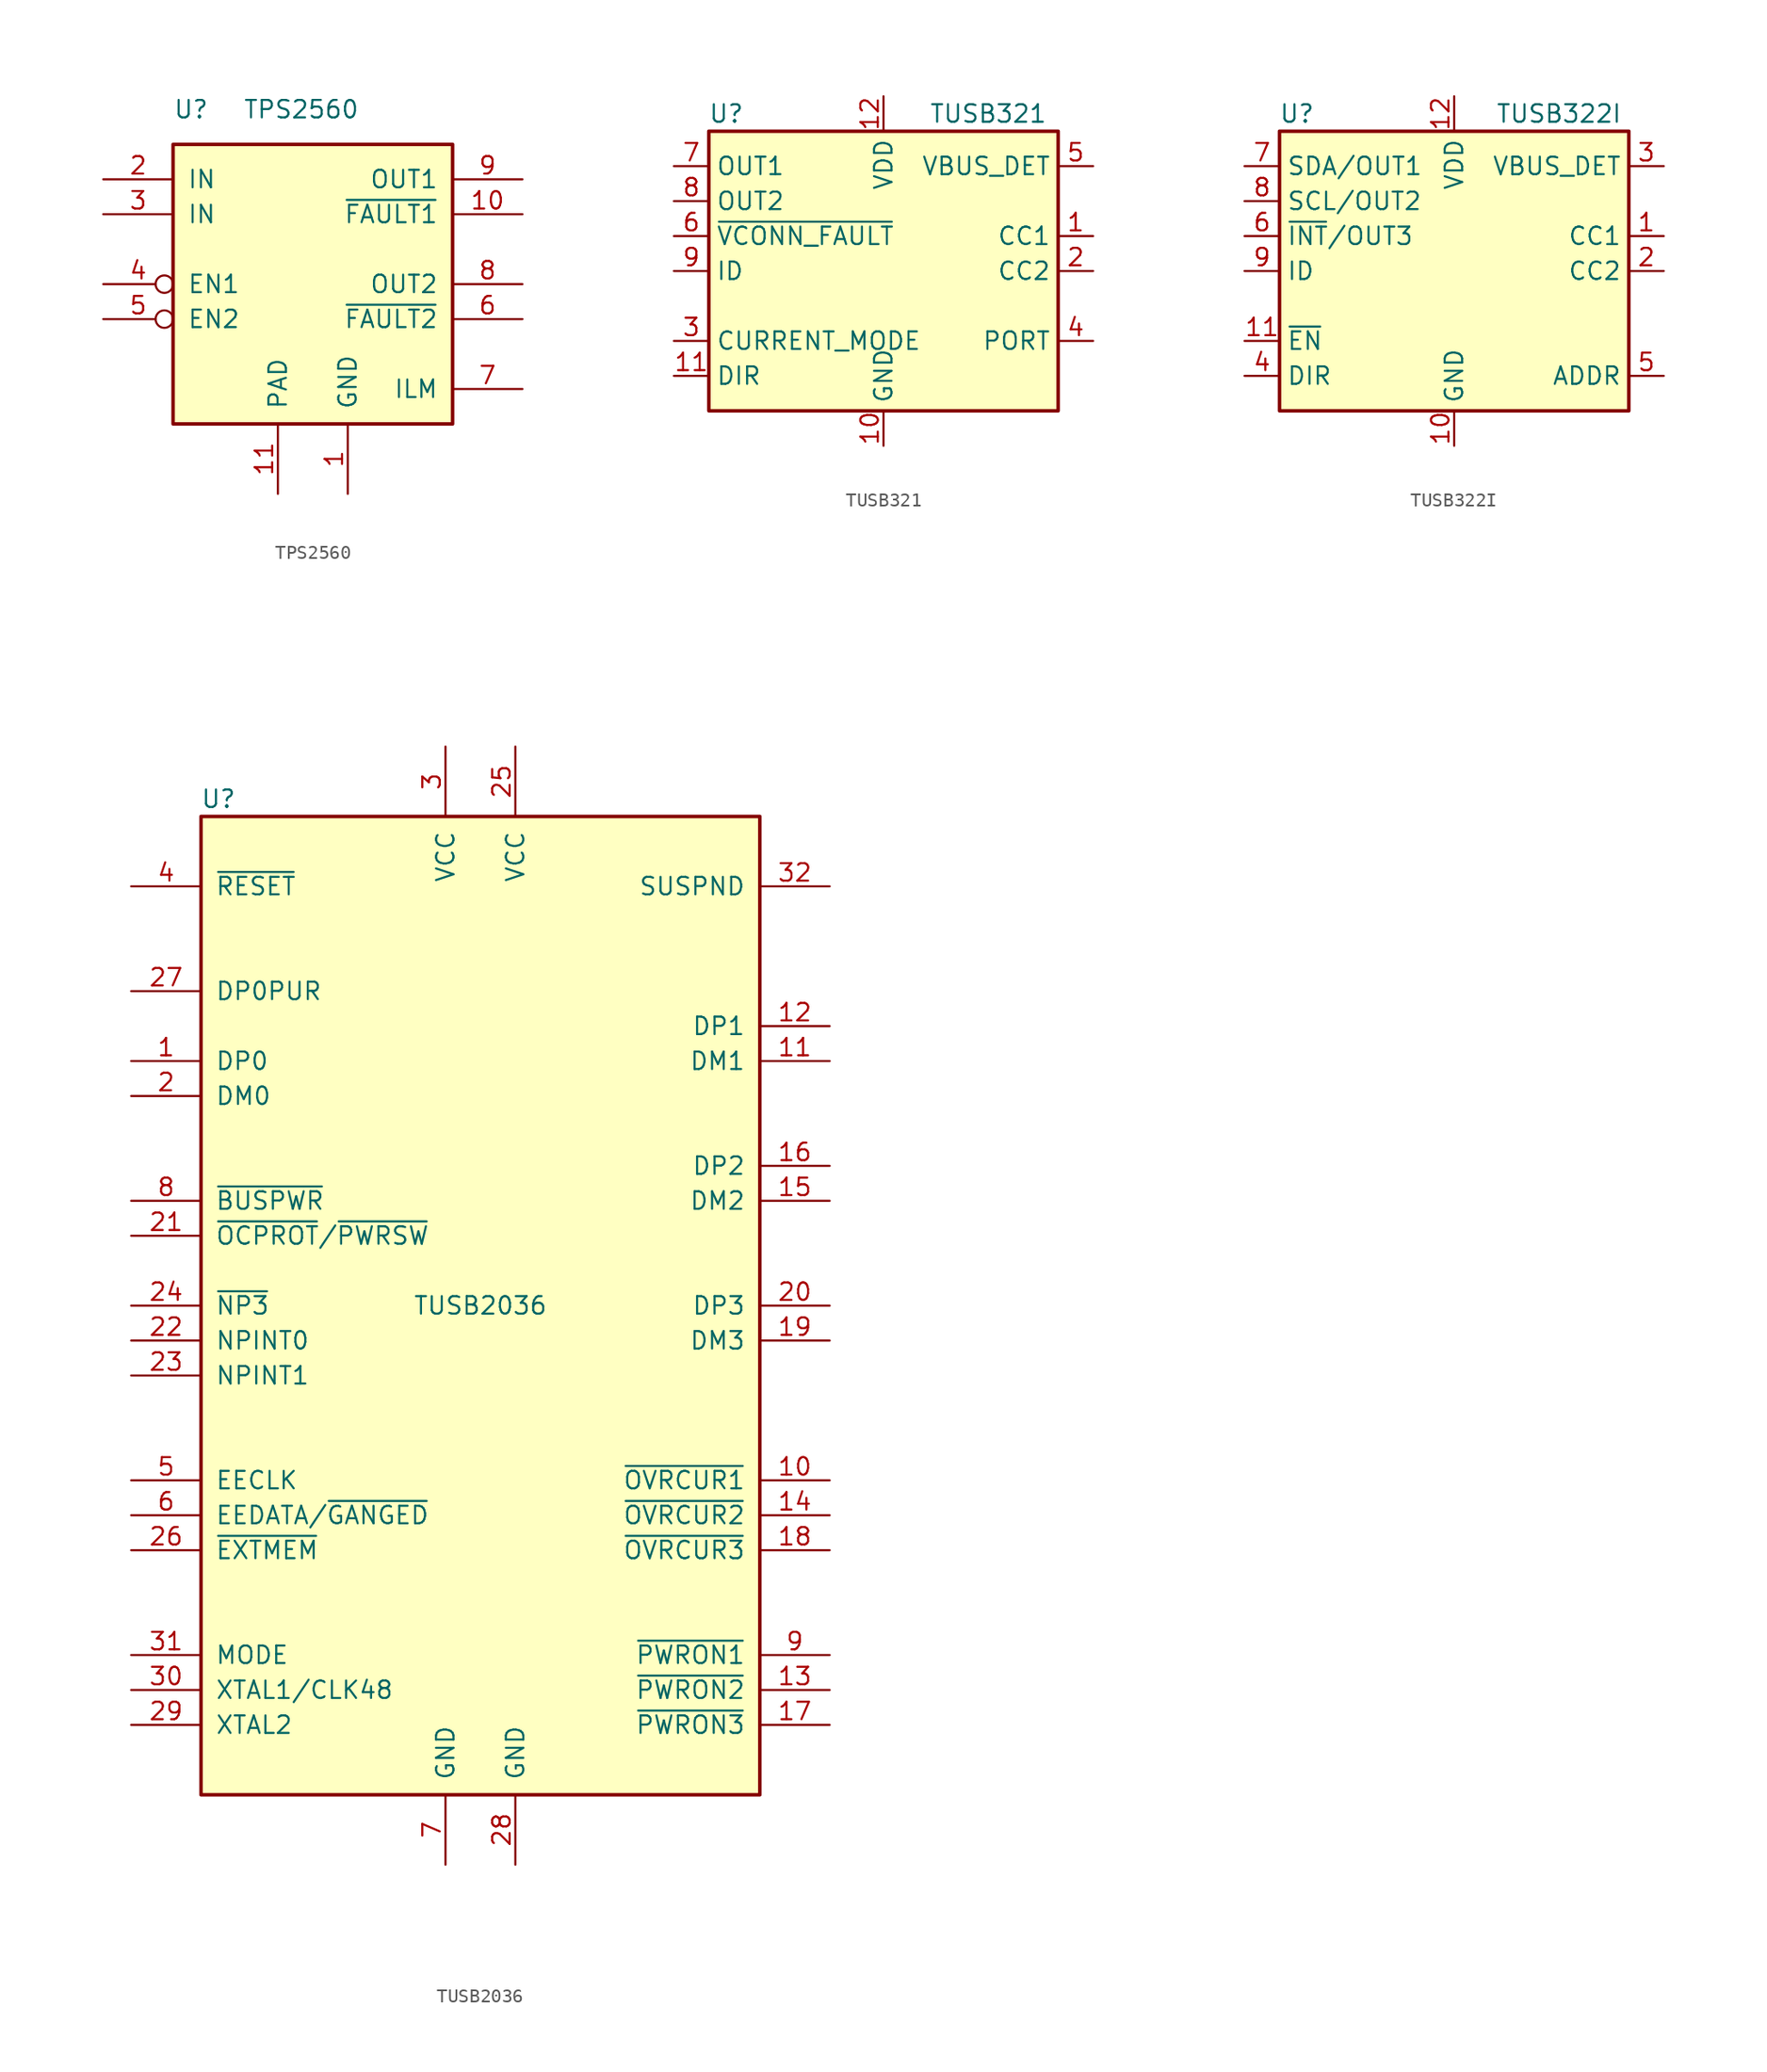
<source format=kicad_sym>
(kicad_symbol_lib
  (version 20211014)
  (generator kicad_symbol_editor)
  (symbol "TPS2560"
    (pin_names
      (offset 1.016))
    (property "Reference" "U"
      (at -10.16 12.7 0)
      (effects (font (size 1.27 1.27)) (justify left)))
    (property "Value" "TPS2560"
      (at -5.08 12.7 0)
      (effects (font (size 1.27 1.27)) (justify left)))
    (symbol "TPS2560_0_1"
      (rectangle (start -10.16 10.16) (end 10.16 -10.16) (stroke (width 0.254) (type default) (color 0 0 0 0)) (fill (type background))))
    (symbol "TPS2560_1_1"
      (pin power_in line (at 2.54 -15.24 90) (length 5.08) (name "GND" (effects (font (size 1.27 1.27)))) (number "1" (effects (font (size 1.27 1.27)))))
      (pin output line (at 15.24 5.08 180) (length 5.08) (name "~{FAULT1}" (effects (font (size 1.27 1.27)))) (number "10" (effects (font (size 1.27 1.27)))))
      (pin power_in line (at -2.54 -15.24 90) (length 5.08) (name "PAD" (effects (font (size 1.27 1.27)))) (number "11" (effects (font (size 1.27 1.27)))))
      (pin power_in line (at -15.24 7.62 0) (length 5.08) (name "IN" (effects (font (size 1.27 1.27)))) (number "2" (effects (font (size 1.27 1.27)))))
      (pin power_in line (at -15.24 5.08 0) (length 5.08) (name "IN" (effects (font (size 1.27 1.27)))) (number "3" (effects (font (size 1.27 1.27)))))
      (pin input inverted (at -15.24 0 0) (length 5.08) (name "EN1" (effects (font (size 1.27 1.27)))) (number "4" (effects (font (size 1.27 1.27)))))
      (pin input inverted (at -15.24 -2.54 0) (length 5.08) (name "EN2" (effects (font (size 1.27 1.27)))) (number "5" (effects (font (size 1.27 1.27)))))
      (pin output line (at 15.24 -2.54 180) (length 5.08) (name "~{FAULT2}" (effects (font (size 1.27 1.27)))) (number "6" (effects (font (size 1.27 1.27)))))
      (pin output line (at 15.24 -7.62 180) (length 5.08) (name "ILM" (effects (font (size 1.27 1.27)))) (number "7" (effects (font (size 1.27 1.27)))))
      (pin output line (at 15.24 0 180) (length 5.08) (name "OUT2" (effects (font (size 1.27 1.27)))) (number "8" (effects (font (size 1.27 1.27)))))
      (pin output line (at 15.24 7.62 180) (length 5.08) (name "OUT1" (effects (font (size 1.27 1.27)))) (number "9" (effects (font (size 1.27 1.27)))))))
  (symbol "TUSB321"
    (property "Reference" "U"
      (at -11.43 11.43 0)
      (effects (font (size 1.27 1.27))))
    (property "Value" "TUSB321"
      (at 7.62 11.43 0)
      (effects (font (size 1.27 1.27))))
    (symbol "TUSB321_1_1"
      (rectangle (start -12.7 10.16) (end 12.7 -10.16) (stroke (width 0.254) (type default) (color 0 0 0 0)) (fill (type background)))
      (pin bidirectional line (at 15.24 2.54 180) (length 2.54) (name "CC1" (effects (font (size 1.27 1.27)))) (number "1" (effects (font (size 1.27 1.27)))))
      (pin power_in line (at 0 -12.7 90) (length 2.54) (name "GND" (effects (font (size 1.27 1.27)))) (number "10" (effects (font (size 1.27 1.27)))))
      (pin open_collector line (at -15.24 -7.62 0) (length 2.54) (name "DIR" (effects (font (size 1.27 1.27)))) (number "11" (effects (font (size 1.27 1.27)))))
      (pin power_in line (at 0 12.7 270) (length 2.54) (name "VDD" (effects (font (size 1.27 1.27)))) (number "12" (effects (font (size 1.27 1.27)))))
      (pin bidirectional line (at 15.24 0 180) (length 2.54) (name "CC2" (effects (font (size 1.27 1.27)))) (number "2" (effects (font (size 1.27 1.27)))))
      (pin input line (at -15.24 -5.08 0) (length 2.54) (name "CURRENT_MODE" (effects (font (size 1.27 1.27)))) (number "3" (effects (font (size 1.27 1.27)))))
      (pin input line (at 15.24 -5.08 180) (length 2.54) (name "PORT" (effects (font (size 1.27 1.27)))) (number "4" (effects (font (size 1.27 1.27)))))
      (pin input line (at 15.24 7.62 180) (length 2.54) (name "VBUS_DET" (effects (font (size 1.27 1.27)))) (number "5" (effects (font (size 1.27 1.27)))))
      (pin open_collector line (at -15.24 2.54 0) (length 2.54) (name "~{VCONN_FAULT}" (effects (font (size 1.27 1.27)))) (number "6" (effects (font (size 1.27 1.27)))))
      (pin open_collector line (at -15.24 7.62 0) (length 2.54) (name "OUT1" (effects (font (size 1.27 1.27)))) (number "7" (effects (font (size 1.27 1.27)))))
      (pin open_collector line (at -15.24 5.08 0) (length 2.54) (name "OUT2" (effects (font (size 1.27 1.27)))) (number "8" (effects (font (size 1.27 1.27)))))
      (pin open_collector line (at -15.24 0 0) (length 2.54) (name "ID" (effects (font (size 1.27 1.27)))) (number "9" (effects (font (size 1.27 1.27)))))))
  (symbol "TUSB322I"
    (property "Reference" "U"
      (at -11.43 11.43 0)
      (effects (font (size 1.27 1.27))))
    (property "Value" "TUSB322I"
      (at 7.62 11.43 0)
      (effects (font (size 1.27 1.27))))
    (symbol "TUSB322I_1_1"
      (rectangle (start -12.7 10.16) (end 12.7 -10.16) (stroke (width 0.254) (type default) (color 0 0 0 0)) (fill (type background)))
      (pin bidirectional line (at 15.24 2.54 180) (length 2.54) (name "CC1" (effects (font (size 1.27 1.27)))) (number "1" (effects (font (size 1.27 1.27)))))
      (pin power_in line (at 0 -12.7 90) (length 2.54) (name "GND" (effects (font (size 1.27 1.27)))) (number "10" (effects (font (size 1.27 1.27)))))
      (pin input line (at -15.24 -5.08 0) (length 2.54) (name "~{EN}" (effects (font (size 1.27 1.27)))) (number "11" (effects (font (size 1.27 1.27)))))
      (pin power_in line (at 0 12.7 270) (length 2.54) (name "VDD" (effects (font (size 1.27 1.27)))) (number "12" (effects (font (size 1.27 1.27)))))
      (pin bidirectional line (at 15.24 0 180) (length 2.54) (name "CC2" (effects (font (size 1.27 1.27)))) (number "2" (effects (font (size 1.27 1.27)))))
      (pin input line (at 15.24 7.62 180) (length 2.54) (name "VBUS_DET" (effects (font (size 1.27 1.27)))) (number "3" (effects (font (size 1.27 1.27)))))
      (pin open_collector line (at -15.24 -7.62 0) (length 2.54) (name "DIR" (effects (font (size 1.27 1.27)))) (number "4" (effects (font (size 1.27 1.27)))))
      (pin input line (at 15.24 -7.62 180) (length 2.54) (name "ADDR" (effects (font (size 1.27 1.27)))) (number "5" (effects (font (size 1.27 1.27)))))
      (pin open_collector line (at -15.24 2.54 0) (length 2.54) (name "~{INT}/OUT3" (effects (font (size 1.27 1.27)))) (number "6" (effects (font (size 1.27 1.27)))))
      (pin bidirectional line (at -15.24 7.62 0) (length 2.54) (name "SDA/OUT1" (effects (font (size 1.27 1.27)))) (number "7" (effects (font (size 1.27 1.27)))))
      (pin bidirectional line (at -15.24 5.08 0) (length 2.54) (name "SCL/OUT2" (effects (font (size 1.27 1.27)))) (number "8" (effects (font (size 1.27 1.27)))))
      (pin open_collector line (at -15.24 0 0) (length 2.54) (name "ID" (effects (font (size 1.27 1.27)))) (number "9" (effects (font (size 1.27 1.27)))))))
  (symbol "TUSB2036"
    (pin_names
      (offset 1.016))
    (property "Reference" "U"
      (at -19.05 36.83 0)
      (effects (font (size 1.27 1.27))))
    (property "Value" "TUSB2036"
      (at 0 0 0)
      (effects (font (size 1.27 1.27))))
    (symbol "TUSB2036_0_1"
      (rectangle (start -20.32 35.56) (end 20.32 -35.56) (stroke (width 0.254) (type default) (color 0 0 0 0)) (fill (type background))))
    (symbol "TUSB2036_1_1"
      (pin bidirectional line (at -25.4 17.78 0) (length 5.08) (name "DP0" (effects (font (size 1.27 1.27)))) (number "1" (effects (font (size 1.27 1.27)))))
      (pin input line (at 25.4 -12.7 180) (length 5.08) (name "~{OVRCUR1}" (effects (font (size 1.27 1.27)))) (number "10" (effects (font (size 1.27 1.27)))))
      (pin bidirectional line (at 25.4 17.78 180) (length 5.08) (name "DM1" (effects (font (size 1.27 1.27)))) (number "11" (effects (font (size 1.27 1.27)))))
      (pin bidirectional line (at 25.4 20.32 180) (length 5.08) (name "DP1" (effects (font (size 1.27 1.27)))) (number "12" (effects (font (size 1.27 1.27)))))
      (pin output line (at 25.4 -27.94 180) (length 5.08) (name "~{PWRON2}" (effects (font (size 1.27 1.27)))) (number "13" (effects (font (size 1.27 1.27)))))
      (pin input line (at 25.4 -15.24 180) (length 5.08) (name "~{OVRCUR2}" (effects (font (size 1.27 1.27)))) (number "14" (effects (font (size 1.27 1.27)))))
      (pin bidirectional line (at 25.4 7.62 180) (length 5.08) (name "DM2" (effects (font (size 1.27 1.27)))) (number "15" (effects (font (size 1.27 1.27)))))
      (pin bidirectional line (at 25.4 10.16 180) (length 5.08) (name "DP2" (effects (font (size 1.27 1.27)))) (number "16" (effects (font (size 1.27 1.27)))))
      (pin output line (at 25.4 -30.48 180) (length 5.08) (name "~{PWRON3}" (effects (font (size 1.27 1.27)))) (number "17" (effects (font (size 1.27 1.27)))))
      (pin input line (at 25.4 -17.78 180) (length 5.08) (name "~{OVRCUR3}" (effects (font (size 1.27 1.27)))) (number "18" (effects (font (size 1.27 1.27)))))
      (pin bidirectional line (at 25.4 -2.54 180) (length 5.08) (name "DM3" (effects (font (size 1.27 1.27)))) (number "19" (effects (font (size 1.27 1.27)))))
      (pin bidirectional line (at -25.4 15.24 0) (length 5.08) (name "DM0" (effects (font (size 1.27 1.27)))) (number "2" (effects (font (size 1.27 1.27)))))
      (pin bidirectional line (at 25.4 0 180) (length 5.08) (name "DP3" (effects (font (size 1.27 1.27)))) (number "20" (effects (font (size 1.27 1.27)))))
      (pin input line (at -25.4 5.08 0) (length 5.08) (name "~{OCPROT}/~{PWRSW}" (effects (font (size 1.27 1.27)))) (number "21" (effects (font (size 1.27 1.27)))))
      (pin input line (at -25.4 -2.54 0) (length 5.08) (name "NPINT0" (effects (font (size 1.27 1.27)))) (number "22" (effects (font (size 1.27 1.27)))))
      (pin input line (at -25.4 -5.08 0) (length 5.08) (name "NPINT1" (effects (font (size 1.27 1.27)))) (number "23" (effects (font (size 1.27 1.27)))))
      (pin input line (at -25.4 0 0) (length 5.08) (name "~{NP3}" (effects (font (size 1.27 1.27)))) (number "24" (effects (font (size 1.27 1.27)))))
      (pin power_in line (at 2.54 40.64 270) (length 5.08) (name "VCC" (effects (font (size 1.27 1.27)))) (number "25" (effects (font (size 1.27 1.27)))))
      (pin input line (at -25.4 -17.78 0) (length 5.08) (name "~{EXTMEM}" (effects (font (size 1.27 1.27)))) (number "26" (effects (font (size 1.27 1.27)))))
      (pin output line (at -25.4 22.86 0) (length 5.08) (name "DP0PUR" (effects (font (size 1.27 1.27)))) (number "27" (effects (font (size 1.27 1.27)))))
      (pin power_in line (at 2.54 -40.64 90) (length 5.08) (name "GND" (effects (font (size 1.27 1.27)))) (number "28" (effects (font (size 1.27 1.27)))))
      (pin output line (at -25.4 -30.48 0) (length 5.08) (name "XTAL2" (effects (font (size 1.27 1.27)))) (number "29" (effects (font (size 1.27 1.27)))))
      (pin power_in line (at -2.54 40.64 270) (length 5.08) (name "VCC" (effects (font (size 1.27 1.27)))) (number "3" (effects (font (size 1.27 1.27)))))
      (pin input line (at -25.4 -27.94 0) (length 5.08) (name "XTAL1/CLK48" (effects (font (size 1.27 1.27)))) (number "30" (effects (font (size 1.27 1.27)))))
      (pin input line (at -25.4 -25.4 0) (length 5.08) (name "MODE" (effects (font (size 1.27 1.27)))) (number "31" (effects (font (size 1.27 1.27)))))
      (pin output line (at 25.4 30.48 180) (length 5.08) (name "SUSPND" (effects (font (size 1.27 1.27)))) (number "32" (effects (font (size 1.27 1.27)))))
      (pin input line (at -25.4 30.48 0) (length 5.08) (name "~{RESET}" (effects (font (size 1.27 1.27)))) (number "4" (effects (font (size 1.27 1.27)))))
      (pin tri_state line (at -25.4 -12.7 0) (length 5.08) (name "EECLK" (effects (font (size 1.27 1.27)))) (number "5" (effects (font (size 1.27 1.27)))))
      (pin bidirectional line (at -25.4 -15.24 0) (length 5.08) (name "EEDATA/~{GANGED}" (effects (font (size 1.27 1.27)))) (number "6" (effects (font (size 1.27 1.27)))))
      (pin power_in line (at -2.54 -40.64 90) (length 5.08) (name "GND" (effects (font (size 1.27 1.27)))) (number "7" (effects (font (size 1.27 1.27)))))
      (pin input line (at -25.4 7.62 0) (length 5.08) (name "~{BUSPWR}" (effects (font (size 1.27 1.27)))) (number "8" (effects (font (size 1.27 1.27)))))
      (pin output line (at 25.4 -25.4 180) (length 5.08) (name "~{PWRON1}" (effects (font (size 1.27 1.27)))) (number "9" (effects (font (size 1.27 1.27))))))))
</source>
